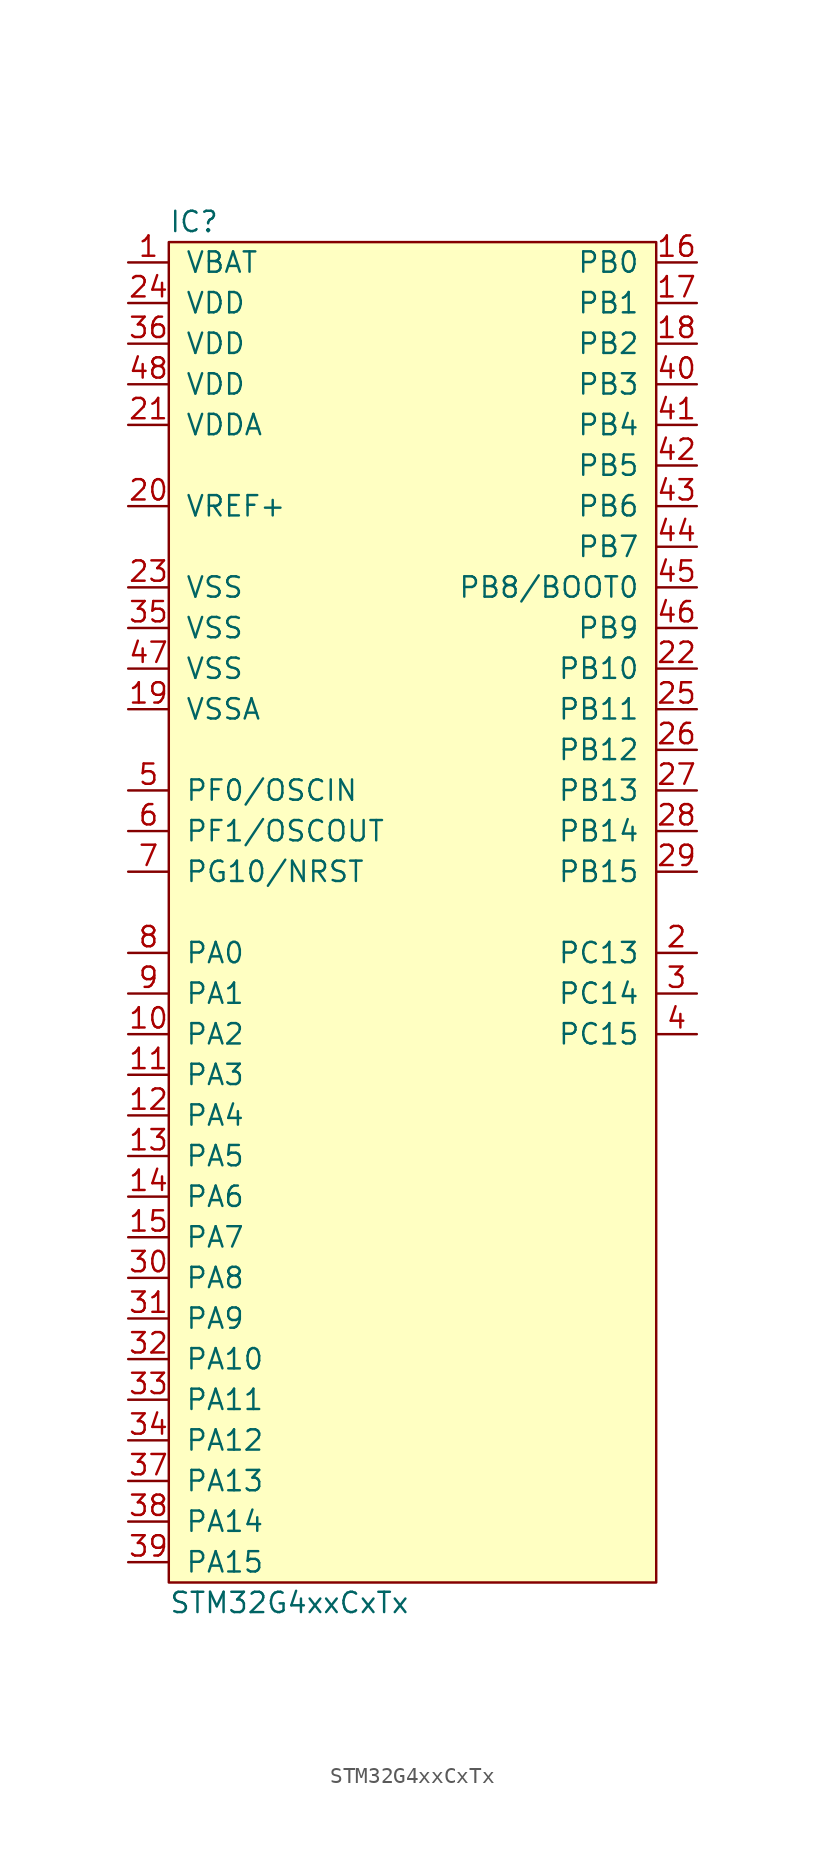
<source format=kicad_sym>
(kicad_symbol_lib
  (version 20211014)
  (generator agg_kicad.build_lib_ic)
  (symbol "STM32G4xxCxTx"
    (pin_names
      (offset 1.016))
    (property Reference IC
      (at -15.24 43.18 0)
      (effects (font (size 1.27 1.27)) (justify left)))
    (property Value "STM32G4xxCxTx"
      (at -15.24 -43.18 0)
      (effects (font (size 1.27 1.27)) (justify left)))
    (symbol "STM32G4xxCxTx_0_0"
      (rectangle (start -15.24 41.91) (end 15.24 -41.91) (stroke (width 0) (type default) (color 0 0 0 0)) (fill (type background)))
      (pin power_in line (at -17.78 40.64 0) (length 2.54) (name VBAT (effects (font (size 1.27 1.27)))) (number "1" (effects (font (size 1.27 1.27)))))
      (pin power_in line (at -17.78 38.1 0) (length 2.54) (name VDD (effects (font (size 1.27 1.27)))) (number "24" (effects (font (size 1.27 1.27)))))
      (pin power_in line (at -17.78 35.56 0) (length 2.54) (name VDD (effects (font (size 1.27 1.27)))) (number "36" (effects (font (size 1.27 1.27)))))
      (pin power_in line (at -17.78 33.02 0) (length 2.54) (name VDD (effects (font (size 1.27 1.27)))) (number "48" (effects (font (size 1.27 1.27)))))
      (pin power_in line (at -17.78 30.48 0) (length 2.54) (name VDDA (effects (font (size 1.27 1.27)))) (number "21" (effects (font (size 1.27 1.27)))))
      (pin input line (at -17.78 25.4 0) (length 2.54) (name "VREF+" (effects (font (size 1.27 1.27)))) (number "20" (effects (font (size 1.27 1.27)))))
      (pin power_in line (at -17.78 20.32 0) (length 2.54) (name VSS (effects (font (size 1.27 1.27)))) (number "23" (effects (font (size 1.27 1.27)))))
      (pin power_in line (at -17.78 17.78 0) (length 2.54) (name VSS (effects (font (size 1.27 1.27)))) (number "35" (effects (font (size 1.27 1.27)))))
      (pin power_in line (at -17.78 15.24 0) (length 2.54) (name VSS (effects (font (size 1.27 1.27)))) (number "47" (effects (font (size 1.27 1.27)))))
      (pin power_in line (at -17.78 12.7 0) (length 2.54) (name VSSA (effects (font (size 1.27 1.27)))) (number "19" (effects (font (size 1.27 1.27)))))
      (pin bidirectional line (at -17.78 7.62 0) (length 2.54) (name "PF0/OSCIN" (effects (font (size 1.27 1.27)))) (number "5" (effects (font (size 1.27 1.27)))))
      (pin bidirectional line (at -17.78 5.08 0) (length 2.54) (name "PF1/OSCOUT" (effects (font (size 1.27 1.27)))) (number "6" (effects (font (size 1.27 1.27)))))
      (pin bidirectional line (at -17.78 2.54 0) (length 2.54) (name "PG10/NRST" (effects (font (size 1.27 1.27)))) (number "7" (effects (font (size 1.27 1.27)))))
      (pin bidirectional line (at -17.78 -2.54 0) (length 2.54) (name "PA0" (effects (font (size 1.27 1.27)))) (number "8" (effects (font (size 1.27 1.27)))))
      (pin bidirectional line (at -17.78 -5.08 0) (length 2.54) (name "PA1" (effects (font (size 1.27 1.27)))) (number "9" (effects (font (size 1.27 1.27)))))
      (pin bidirectional line (at -17.78 -7.62 0) (length 2.54) (name "PA2" (effects (font (size 1.27 1.27)))) (number "10" (effects (font (size 1.27 1.27)))))
      (pin bidirectional line (at -17.78 -10.16 0) (length 2.54) (name "PA3" (effects (font (size 1.27 1.27)))) (number "11" (effects (font (size 1.27 1.27)))))
      (pin bidirectional line (at -17.78 -12.7 0) (length 2.54) (name "PA4" (effects (font (size 1.27 1.27)))) (number "12" (effects (font (size 1.27 1.27)))))
      (pin bidirectional line (at -17.78 -15.24 0) (length 2.54) (name "PA5" (effects (font (size 1.27 1.27)))) (number "13" (effects (font (size 1.27 1.27)))))
      (pin bidirectional line (at -17.78 -17.78 0) (length 2.54) (name "PA6" (effects (font (size 1.27 1.27)))) (number "14" (effects (font (size 1.27 1.27)))))
      (pin bidirectional line (at -17.78 -20.32 0) (length 2.54) (name "PA7" (effects (font (size 1.27 1.27)))) (number "15" (effects (font (size 1.27 1.27)))))
      (pin bidirectional line (at -17.78 -22.86 0) (length 2.54) (name "PA8" (effects (font (size 1.27 1.27)))) (number "30" (effects (font (size 1.27 1.27)))))
      (pin bidirectional line (at -17.78 -25.4 0) (length 2.54) (name "PA9" (effects (font (size 1.27 1.27)))) (number "31" (effects (font (size 1.27 1.27)))))
      (pin bidirectional line (at -17.78 -27.94 0) (length 2.54) (name "PA10" (effects (font (size 1.27 1.27)))) (number "32" (effects (font (size 1.27 1.27)))))
      (pin bidirectional line (at -17.78 -30.48 0) (length 2.54) (name "PA11" (effects (font (size 1.27 1.27)))) (number "33" (effects (font (size 1.27 1.27)))))
      (pin bidirectional line (at -17.78 -33.02 0) (length 2.54) (name "PA12" (effects (font (size 1.27 1.27)))) (number "34" (effects (font (size 1.27 1.27)))))
      (pin bidirectional line (at -17.78 -35.56 0) (length 2.54) (name "PA13" (effects (font (size 1.27 1.27)))) (number "37" (effects (font (size 1.27 1.27)))))
      (pin bidirectional line (at -17.78 -38.1 0) (length 2.54) (name "PA14" (effects (font (size 1.27 1.27)))) (number "38" (effects (font (size 1.27 1.27)))))
      (pin bidirectional line (at -17.78 -40.64 0) (length 2.54) (name "PA15" (effects (font (size 1.27 1.27)))) (number "39" (effects (font (size 1.27 1.27)))))
      (pin bidirectional line (at 17.78 40.64 180) (length 2.54) (name "PB0" (effects (font (size 1.27 1.27)))) (number "16" (effects (font (size 1.27 1.27)))))
      (pin bidirectional line (at 17.78 38.1 180) (length 2.54) (name "PB1" (effects (font (size 1.27 1.27)))) (number "17" (effects (font (size 1.27 1.27)))))
      (pin bidirectional line (at 17.78 35.56 180) (length 2.54) (name "PB2" (effects (font (size 1.27 1.27)))) (number "18" (effects (font (size 1.27 1.27)))))
      (pin bidirectional line (at 17.78 33.02 180) (length 2.54) (name "PB3" (effects (font (size 1.27 1.27)))) (number "40" (effects (font (size 1.27 1.27)))))
      (pin bidirectional line (at 17.78 30.48 180) (length 2.54) (name "PB4" (effects (font (size 1.27 1.27)))) (number "41" (effects (font (size 1.27 1.27)))))
      (pin bidirectional line (at 17.78 27.94 180) (length 2.54) (name "PB5" (effects (font (size 1.27 1.27)))) (number "42" (effects (font (size 1.27 1.27)))))
      (pin bidirectional line (at 17.78 25.4 180) (length 2.54) (name "PB6" (effects (font (size 1.27 1.27)))) (number "43" (effects (font (size 1.27 1.27)))))
      (pin bidirectional line (at 17.78 22.86 180) (length 2.54) (name "PB7" (effects (font (size 1.27 1.27)))) (number "44" (effects (font (size 1.27 1.27)))))
      (pin bidirectional line (at 17.78 20.32 180) (length 2.54) (name "PB8/BOOT0" (effects (font (size 1.27 1.27)))) (number "45" (effects (font (size 1.27 1.27)))))
      (pin bidirectional line (at 17.78 17.78 180) (length 2.54) (name "PB9" (effects (font (size 1.27 1.27)))) (number "46" (effects (font (size 1.27 1.27)))))
      (pin bidirectional line (at 17.78 15.24 180) (length 2.54) (name "PB10" (effects (font (size 1.27 1.27)))) (number "22" (effects (font (size 1.27 1.27)))))
      (pin bidirectional line (at 17.78 12.7 180) (length 2.54) (name "PB11" (effects (font (size 1.27 1.27)))) (number "25" (effects (font (size 1.27 1.27)))))
      (pin bidirectional line (at 17.78 10.16 180) (length 2.54) (name "PB12" (effects (font (size 1.27 1.27)))) (number "26" (effects (font (size 1.27 1.27)))))
      (pin bidirectional line (at 17.78 7.62 180) (length 2.54) (name "PB13" (effects (font (size 1.27 1.27)))) (number "27" (effects (font (size 1.27 1.27)))))
      (pin bidirectional line (at 17.78 5.08 180) (length 2.54) (name "PB14" (effects (font (size 1.27 1.27)))) (number "28" (effects (font (size 1.27 1.27)))))
      (pin bidirectional line (at 17.78 2.54 180) (length 2.54) (name "PB15" (effects (font (size 1.27 1.27)))) (number "29" (effects (font (size 1.27 1.27)))))
      (pin bidirectional line (at 17.78 -2.54 180) (length 2.54) (name "PC13" (effects (font (size 1.27 1.27)))) (number "2" (effects (font (size 1.27 1.27)))))
      (pin bidirectional line (at 17.78 -5.08 180) (length 2.54) (name "PC14" (effects (font (size 1.27 1.27)))) (number "3" (effects (font (size 1.27 1.27)))))
      (pin bidirectional line (at 17.78 -7.62 180) (length 2.54) (name "PC15" (effects (font (size 1.27 1.27)))) (number "4" (effects (font (size 1.27 1.27))))))))
</source>
